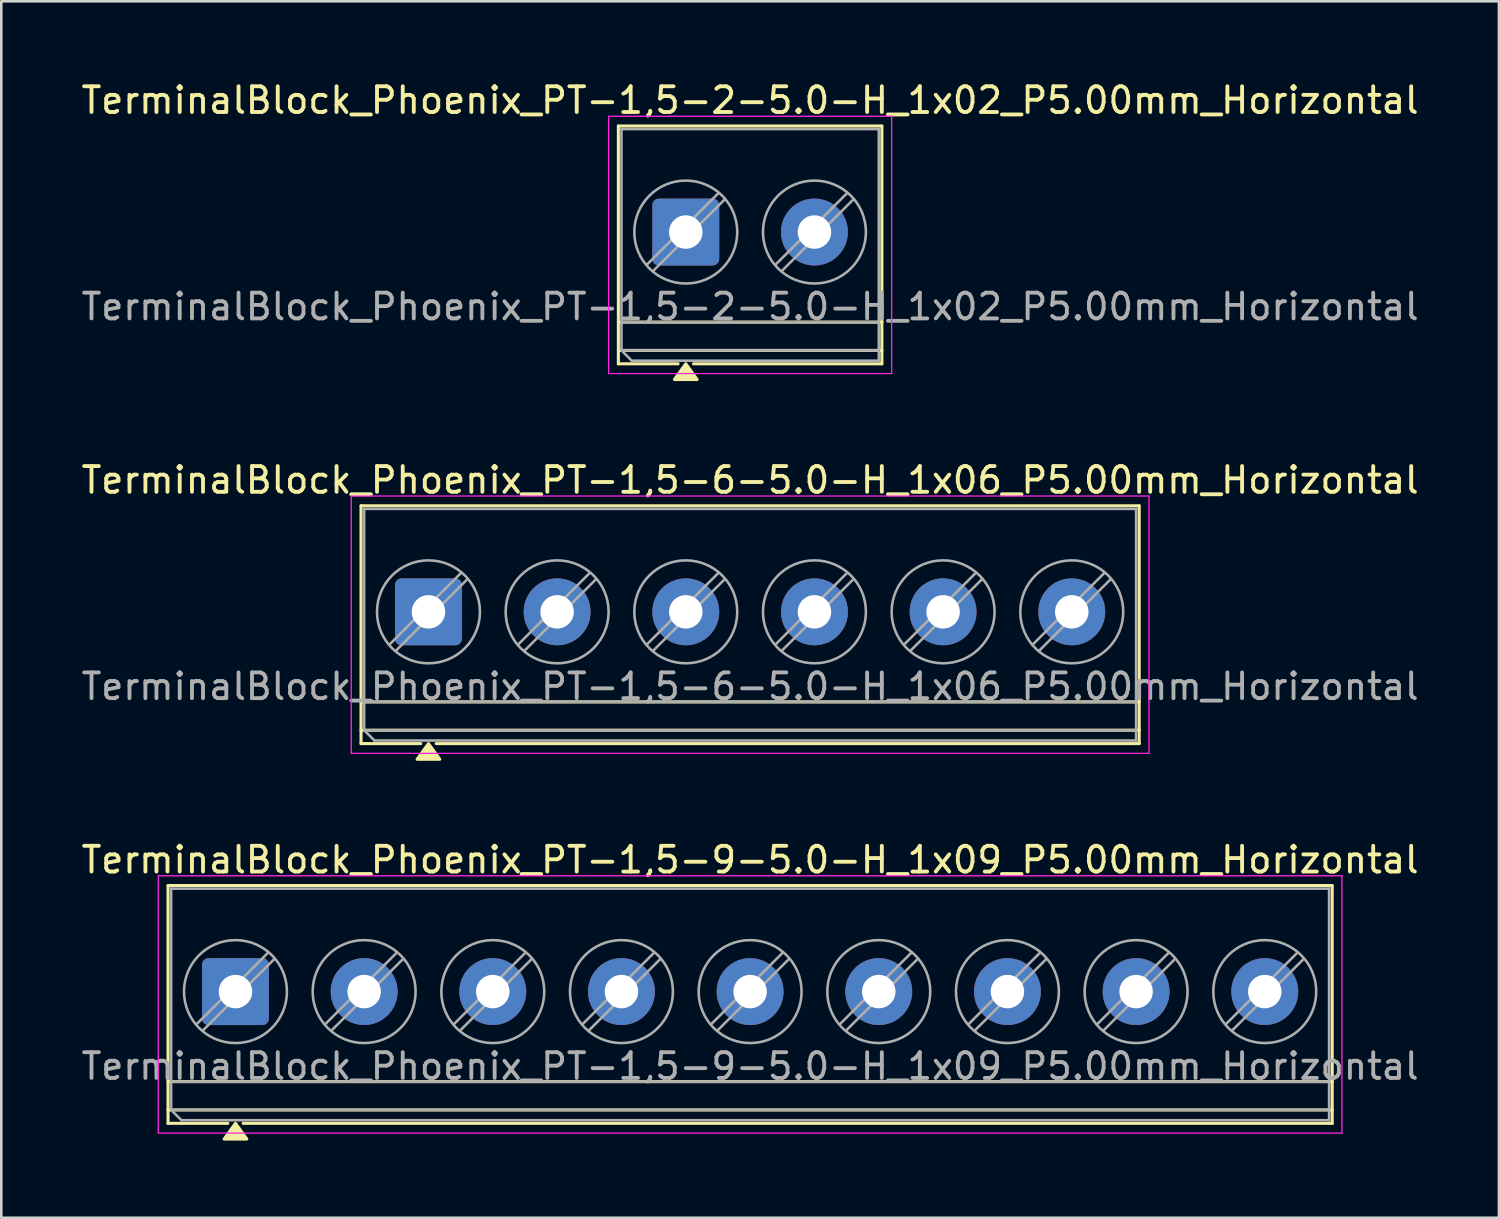
<source format=kicad_pcb>
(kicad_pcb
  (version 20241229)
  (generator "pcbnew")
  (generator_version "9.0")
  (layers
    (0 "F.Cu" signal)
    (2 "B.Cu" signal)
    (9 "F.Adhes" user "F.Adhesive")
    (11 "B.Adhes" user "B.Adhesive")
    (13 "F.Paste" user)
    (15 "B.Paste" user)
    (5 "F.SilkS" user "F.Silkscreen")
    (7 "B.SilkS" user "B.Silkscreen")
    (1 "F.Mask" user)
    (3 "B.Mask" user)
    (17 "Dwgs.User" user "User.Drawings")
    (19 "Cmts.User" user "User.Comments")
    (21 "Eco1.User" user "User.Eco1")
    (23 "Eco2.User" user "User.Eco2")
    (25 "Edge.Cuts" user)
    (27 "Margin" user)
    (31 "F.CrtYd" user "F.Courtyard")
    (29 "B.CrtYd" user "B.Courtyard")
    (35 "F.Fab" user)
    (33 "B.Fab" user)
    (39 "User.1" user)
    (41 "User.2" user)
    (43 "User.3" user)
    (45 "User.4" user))
  (footprint "TerminalBlock_Phoenix_PT-1,5-6-5.0-H_1x06_P5.00mm_Horizontal"
    (layer "F.Cu")
    (at 13.601 20.727)
    (property "Reference" "TerminalBlock_Phoenix_PT-1,5-6-5.0-H_1x06_P5.00mm_Horizontal" (at 12.5 -5.12 0) (layer "F.SilkS") (effects (font (size 1 1) (thickness 0.15))))
    (attr through_hole)
    (fp_line (start -2.62 -4.12) (end -2.62 5.12) (stroke (width 0.12) (type solid)) (layer "F.SilkS"))
    (fp_line (start -2.62 -4.12) (end 27.62 -4.12) (stroke (width 0.12) (type solid)) (layer "F.SilkS"))
    (fp_line (start -2.62 3.5) (end 27.62 3.5) (stroke (width 0.12) (type solid)) (layer "F.SilkS"))
    (fp_line (start -2.62 4.6) (end 27.62 4.6) (stroke (width 0.12) (type solid)) (layer "F.SilkS"))
    (fp_line (start -2.62 5.12) (end -0.3 5.12) (stroke (width 0.12) (type solid)) (layer "F.SilkS"))
    (fp_line (start 0.3 5.12) (end 27.62 5.12) (stroke (width 0.12) (type solid)) (layer "F.SilkS"))
    (fp_line (start 27.62 -4.12) (end 27.62 5.12) (stroke (width 0.12) (type solid)) (layer "F.SilkS"))
    (fp_poly (pts (xy 0 5.12) (xy 0.44 5.73) (xy -0.44 5.73)) (stroke (width 0.12) (type solid)) (fill yes) (layer "F.SilkS"))
    (fp_line (start -3 -4.5) (end -3 5.5) (stroke (width 0.05) (type solid)) (layer "F.CrtYd"))
    (fp_line (start -3 5.5) (end 28 5.5) (stroke (width 0.05) (type solid)) (layer "F.CrtYd"))
    (fp_line (start 28 -4.5) (end -3 -4.5) (stroke (width 0.05) (type solid)) (layer "F.CrtYd"))
    (fp_line (start 28 5.5) (end 28 -4.5) (stroke (width 0.05) (type solid)) (layer "F.CrtYd"))
    (fp_line (start -2.5 -4) (end 27.5 -4) (stroke (width 0.1) (type solid)) (layer "F.Fab"))
    (fp_line (start -2.5 3.5) (end 27.5 3.5) (stroke (width 0.1) (type solid)) (layer "F.Fab"))
    (fp_line (start -2.5 4.6) (end -2.5 -4) (stroke (width 0.1) (type solid)) (layer "F.Fab"))
    (fp_line (start -2.5 4.6) (end 27.5 4.6) (stroke (width 0.1) (type solid)) (layer "F.Fab"))
    (fp_line (start -2.1 5) (end -2.5 4.6) (stroke (width 0.1) (type solid)) (layer "F.Fab"))
    (fp_line (start 1.273 -1.517) (end -1.517 1.272) (stroke (width 0.1) (type solid)) (layer "F.Fab"))
    (fp_line (start 1.517 -1.273) (end -1.273 1.517) (stroke (width 0.1) (type solid)) (layer "F.Fab"))
    (fp_line (start 6.273 -1.517) (end 3.483 1.272) (stroke (width 0.1) (type solid)) (layer "F.Fab"))
    (fp_line (start 6.517 -1.273) (end 3.727 1.517) (stroke (width 0.1) (type solid)) (layer "F.Fab"))
    (fp_line (start 11.273 -1.517) (end 8.483 1.272) (stroke (width 0.1) (type solid)) (layer "F.Fab"))
    (fp_line (start 11.517 -1.273) (end 8.727 1.517) (stroke (width 0.1) (type solid)) (layer "F.Fab"))
    (fp_line (start 16.273 -1.517) (end 13.483 1.272) (stroke (width 0.1) (type solid)) (layer "F.Fab"))
    (fp_line (start 16.517 -1.273) (end 13.727 1.517) (stroke (width 0.1) (type solid)) (layer "F.Fab"))
    (fp_line (start 21.273 -1.517) (end 18.483 1.272) (stroke (width 0.1) (type solid)) (layer "F.Fab"))
    (fp_line (start 21.517 -1.273) (end 18.727 1.517) (stroke (width 0.1) (type solid)) (layer "F.Fab"))
    (fp_line (start 26.273 -1.517) (end 23.483 1.272) (stroke (width 0.1) (type solid)) (layer "F.Fab"))
    (fp_line (start 26.517 -1.273) (end 23.727 1.517) (stroke (width 0.1) (type solid)) (layer "F.Fab"))
    (fp_line (start 27.5 -4) (end 27.5 5) (stroke (width 0.1) (type solid)) (layer "F.Fab"))
    (fp_line (start 27.5 5) (end -2.1 5) (stroke (width 0.1) (type solid)) (layer "F.Fab"))
    (fp_circle (center 0 0) (end 2 0) (stroke (width 0.1) (type solid)) (fill no) (layer "F.Fab"))
    (fp_circle (center 5 0) (end 7 0) (stroke (width 0.1) (type solid)) (fill no) (layer "F.Fab"))
    (fp_circle (center 10 0) (end 12 0) (stroke (width 0.1) (type solid)) (fill no) (layer "F.Fab"))
    (fp_circle (center 15 0) (end 17 0) (stroke (width 0.1) (type solid)) (fill no) (layer "F.Fab"))
    (fp_circle (center 20 0) (end 22 0) (stroke (width 0.1) (type solid)) (fill no) (layer "F.Fab"))
    (fp_circle (center 25 0) (end 27 0) (stroke (width 0.1) (type solid)) (fill no) (layer "F.Fab"))
    (fp_text user "${REFERENCE}" (at 12.5 2.9 0) (layer "F.Fab") (effects (font (size 1 1) (thickness 0.15))))
    (pad "1" thru_hole roundrect (at 0 0) (size 2.6 2.6) (drill 1.3) (layers "*.Cu" "*.Mask") (roundrect_rratio 0.096))
    (pad "2" thru_hole circle (at 5 0) (size 2.6 2.6) (drill 1.3) (layers "*.Cu" "*.Mask"))
    (pad "3" thru_hole circle (at 10 0) (size 2.6 2.6) (drill 1.3) (layers "*.Cu" "*.Mask"))
    (pad "4" thru_hole circle (at 15 0) (size 2.6 2.6) (drill 1.3) (layers "*.Cu" "*.Mask"))
    (pad "5" thru_hole circle (at 20 0) (size 2.6 2.6) (drill 1.3) (layers "*.Cu" "*.Mask"))
    (pad "6" thru_hole circle (at 25 0) (size 2.6 2.6) (drill 1.3) (layers "*.Cu" "*.Mask")))
  (footprint "TerminalBlock_Phoenix_PT-1,5-9-5.0-H_1x09_P5.00mm_Horizontal"
    (layer "F.Cu")
    (at 6.101 35.485)
    (property "Reference" "TerminalBlock_Phoenix_PT-1,5-9-5.0-H_1x09_P5.00mm_Horizontal" (at 20 -5.12 0) (layer "F.SilkS") (effects (font (size 1 1) (thickness 0.15))))
    (attr through_hole)
    (fp_line (start -2.62 -4.12) (end -2.62 5.12) (stroke (width 0.12) (type solid)) (layer "F.SilkS"))
    (fp_line (start -2.62 -4.12) (end 42.62 -4.12) (stroke (width 0.12) (type solid)) (layer "F.SilkS"))
    (fp_line (start -2.62 3.5) (end 42.62 3.5) (stroke (width 0.12) (type solid)) (layer "F.SilkS"))
    (fp_line (start -2.62 4.6) (end 42.62 4.6) (stroke (width 0.12) (type solid)) (layer "F.SilkS"))
    (fp_line (start -2.62 5.12) (end -0.3 5.12) (stroke (width 0.12) (type solid)) (layer "F.SilkS"))
    (fp_line (start 0.3 5.12) (end 42.62 5.12) (stroke (width 0.12) (type solid)) (layer "F.SilkS"))
    (fp_line (start 42.62 -4.12) (end 42.62 5.12) (stroke (width 0.12) (type solid)) (layer "F.SilkS"))
    (fp_poly (pts (xy 0 5.12) (xy 0.44 5.73) (xy -0.44 5.73)) (stroke (width 0.12) (type solid)) (fill yes) (layer "F.SilkS"))
    (fp_line (start -3 -4.5) (end -3 5.5) (stroke (width 0.05) (type solid)) (layer "F.CrtYd"))
    (fp_line (start -3 5.5) (end 43 5.5) (stroke (width 0.05) (type solid)) (layer "F.CrtYd"))
    (fp_line (start 43 -4.5) (end -3 -4.5) (stroke (width 0.05) (type solid)) (layer "F.CrtYd"))
    (fp_line (start 43 5.5) (end 43 -4.5) (stroke (width 0.05) (type solid)) (layer "F.CrtYd"))
    (fp_line (start -2.5 -4) (end 42.5 -4) (stroke (width 0.1) (type solid)) (layer "F.Fab"))
    (fp_line (start -2.5 3.5) (end 42.5 3.5) (stroke (width 0.1) (type solid)) (layer "F.Fab"))
    (fp_line (start -2.5 4.6) (end -2.5 -4) (stroke (width 0.1) (type solid)) (layer "F.Fab"))
    (fp_line (start -2.5 4.6) (end 42.5 4.6) (stroke (width 0.1) (type solid)) (layer "F.Fab"))
    (fp_line (start -2.1 5) (end -2.5 4.6) (stroke (width 0.1) (type solid)) (layer "F.Fab"))
    (fp_line (start 1.273 -1.517) (end -1.517 1.272) (stroke (width 0.1) (type solid)) (layer "F.Fab"))
    (fp_line (start 1.517 -1.273) (end -1.273 1.517) (stroke (width 0.1) (type solid)) (layer "F.Fab"))
    (fp_line (start 6.273 -1.517) (end 3.483 1.272) (stroke (width 0.1) (type solid)) (layer "F.Fab"))
    (fp_line (start 6.517 -1.273) (end 3.727 1.517) (stroke (width 0.1) (type solid)) (layer "F.Fab"))
    (fp_line (start 11.273 -1.517) (end 8.483 1.272) (stroke (width 0.1) (type solid)) (layer "F.Fab"))
    (fp_line (start 11.517 -1.273) (end 8.727 1.517) (stroke (width 0.1) (type solid)) (layer "F.Fab"))
    (fp_line (start 16.273 -1.517) (end 13.483 1.272) (stroke (width 0.1) (type solid)) (layer "F.Fab"))
    (fp_line (start 16.517 -1.273) (end 13.727 1.517) (stroke (width 0.1) (type solid)) (layer "F.Fab"))
    (fp_line (start 21.273 -1.517) (end 18.483 1.272) (stroke (width 0.1) (type solid)) (layer "F.Fab"))
    (fp_line (start 21.517 -1.273) (end 18.727 1.517) (stroke (width 0.1) (type solid)) (layer "F.Fab"))
    (fp_line (start 26.273 -1.517) (end 23.483 1.272) (stroke (width 0.1) (type solid)) (layer "F.Fab"))
    (fp_line (start 26.517 -1.273) (end 23.727 1.517) (stroke (width 0.1) (type solid)) (layer "F.Fab"))
    (fp_line (start 31.273 -1.517) (end 28.483 1.272) (stroke (width 0.1) (type solid)) (layer "F.Fab"))
    (fp_line (start 31.517 -1.273) (end 28.727 1.517) (stroke (width 0.1) (type solid)) (layer "F.Fab"))
    (fp_line (start 36.273 -1.517) (end 33.483 1.272) (stroke (width 0.1) (type solid)) (layer "F.Fab"))
    (fp_line (start 36.517 -1.273) (end 33.727 1.517) (stroke (width 0.1) (type solid)) (layer "F.Fab"))
    (fp_line (start 41.273 -1.517) (end 38.483 1.272) (stroke (width 0.1) (type solid)) (layer "F.Fab"))
    (fp_line (start 41.517 -1.273) (end 38.727 1.517) (stroke (width 0.1) (type solid)) (layer "F.Fab"))
    (fp_line (start 42.5 -4) (end 42.5 5) (stroke (width 0.1) (type solid)) (layer "F.Fab"))
    (fp_line (start 42.5 5) (end -2.1 5) (stroke (width 0.1) (type solid)) (layer "F.Fab"))
    (fp_circle (center 0 0) (end 2 0) (stroke (width 0.1) (type solid)) (fill no) (layer "F.Fab"))
    (fp_circle (center 5 0) (end 7 0) (stroke (width 0.1) (type solid)) (fill no) (layer "F.Fab"))
    (fp_circle (center 10 0) (end 12 0) (stroke (width 0.1) (type solid)) (fill no) (layer "F.Fab"))
    (fp_circle (center 15 0) (end 17 0) (stroke (width 0.1) (type solid)) (fill no) (layer "F.Fab"))
    (fp_circle (center 20 0) (end 22 0) (stroke (width 0.1) (type solid)) (fill no) (layer "F.Fab"))
    (fp_circle (center 25 0) (end 27 0) (stroke (width 0.1) (type solid)) (fill no) (layer "F.Fab"))
    (fp_circle (center 30 0) (end 32 0) (stroke (width 0.1) (type solid)) (fill no) (layer "F.Fab"))
    (fp_circle (center 35 0) (end 37 0) (stroke (width 0.1) (type solid)) (fill no) (layer "F.Fab"))
    (fp_circle (center 40 0) (end 42 0) (stroke (width 0.1) (type solid)) (fill no) (layer "F.Fab"))
    (fp_text user "${REFERENCE}" (at 20 2.9 0) (layer "F.Fab") (effects (font (size 1 1) (thickness 0.15))))
    (pad "1" thru_hole roundrect (at 0 0) (size 2.6 2.6) (drill 1.3) (layers "*.Cu" "*.Mask") (roundrect_rratio 0.096))
    (pad "2" thru_hole circle (at 5 0) (size 2.6 2.6) (drill 1.3) (layers "*.Cu" "*.Mask"))
    (pad "3" thru_hole circle (at 10 0) (size 2.6 2.6) (drill 1.3) (layers "*.Cu" "*.Mask"))
    (pad "4" thru_hole circle (at 15 0) (size 2.6 2.6) (drill 1.3) (layers "*.Cu" "*.Mask"))
    (pad "5" thru_hole circle (at 20 0) (size 2.6 2.6) (drill 1.3) (layers "*.Cu" "*.Mask"))
    (pad "6" thru_hole circle (at 25 0) (size 2.6 2.6) (drill 1.3) (layers "*.Cu" "*.Mask"))
    (pad "7" thru_hole circle (at 30 0) (size 2.6 2.6) (drill 1.3) (layers "*.Cu" "*.Mask"))
    (pad "8" thru_hole circle (at 35 0) (size 2.6 2.6) (drill 1.3) (layers "*.Cu" "*.Mask"))
    (pad "9" thru_hole circle (at 40 0) (size 2.6 2.6) (drill 1.3) (layers "*.Cu" "*.Mask")))
  (footprint "TerminalBlock_Phoenix_PT-1,5-2-5.0-H_1x02_P5.00mm_Horizontal"
    (layer "F.Cu")
    (at 23.601 5.968)
    (property "Reference" "TerminalBlock_Phoenix_PT-1,5-2-5.0-H_1x02_P5.00mm_Horizontal" (at 2.5 -5.12 0) (layer "F.SilkS") (effects (font (size 1 1) (thickness 0.15))))
    (attr through_hole)
    (fp_line (start -2.62 -4.12) (end -2.62 5.12) (stroke (width 0.12) (type solid)) (layer "F.SilkS"))
    (fp_line (start -2.62 -4.12) (end 7.62 -4.12) (stroke (width 0.12) (type solid)) (layer "F.SilkS"))
    (fp_line (start -2.62 3.5) (end 7.62 3.5) (stroke (width 0.12) (type solid)) (layer "F.SilkS"))
    (fp_line (start -2.62 4.6) (end 7.62 4.6) (stroke (width 0.12) (type solid)) (layer "F.SilkS"))
    (fp_line (start -2.62 5.12) (end -0.3 5.12) (stroke (width 0.12) (type solid)) (layer "F.SilkS"))
    (fp_line (start 0.3 5.12) (end 7.62 5.12) (stroke (width 0.12) (type solid)) (layer "F.SilkS"))
    (fp_line (start 7.62 -4.12) (end 7.62 5.12) (stroke (width 0.12) (type solid)) (layer "F.SilkS"))
    (fp_poly (pts (xy 0 5.12) (xy 0.44 5.73) (xy -0.44 5.73)) (stroke (width 0.12) (type solid)) (fill yes) (layer "F.SilkS"))
    (fp_line (start -3 -4.5) (end -3 5.5) (stroke (width 0.05) (type solid)) (layer "F.CrtYd"))
    (fp_line (start -3 5.5) (end 8 5.5) (stroke (width 0.05) (type solid)) (layer "F.CrtYd"))
    (fp_line (start 8 -4.5) (end -3 -4.5) (stroke (width 0.05) (type solid)) (layer "F.CrtYd"))
    (fp_line (start 8 5.5) (end 8 -4.5) (stroke (width 0.05) (type solid)) (layer "F.CrtYd"))
    (fp_line (start -2.5 -4) (end 7.5 -4) (stroke (width 0.1) (type solid)) (layer "F.Fab"))
    (fp_line (start -2.5 3.5) (end 7.5 3.5) (stroke (width 0.1) (type solid)) (layer "F.Fab"))
    (fp_line (start -2.5 4.6) (end -2.5 -4) (stroke (width 0.1) (type solid)) (layer "F.Fab"))
    (fp_line (start -2.5 4.6) (end 7.5 4.6) (stroke (width 0.1) (type solid)) (layer "F.Fab"))
    (fp_line (start -2.1 5) (end -2.5 4.6) (stroke (width 0.1) (type solid)) (layer "F.Fab"))
    (fp_line (start 1.273 -1.517) (end -1.517 1.272) (stroke (width 0.1) (type solid)) (layer "F.Fab"))
    (fp_line (start 1.517 -1.273) (end -1.273 1.517) (stroke (width 0.1) (type solid)) (layer "F.Fab"))
    (fp_line (start 6.273 -1.517) (end 3.483 1.272) (stroke (width 0.1) (type solid)) (layer "F.Fab"))
    (fp_line (start 6.517 -1.273) (end 3.727 1.517) (stroke (width 0.1) (type solid)) (layer "F.Fab"))
    (fp_line (start 7.5 -4) (end 7.5 5) (stroke (width 0.1) (type solid)) (layer "F.Fab"))
    (fp_line (start 7.5 5) (end -2.1 5) (stroke (width 0.1) (type solid)) (layer "F.Fab"))
    (fp_circle (center 0 0) (end 2 0) (stroke (width 0.1) (type solid)) (fill no) (layer "F.Fab"))
    (fp_circle (center 5 0) (end 7 0) (stroke (width 0.1) (type solid)) (fill no) (layer "F.Fab"))
    (fp_text user "${REFERENCE}" (at 2.5 2.9 0) (layer "F.Fab") (effects (font (size 1 1) (thickness 0.15))))
    (pad "1" thru_hole roundrect (at 0 0) (size 2.6 2.6) (drill 1.3) (layers "*.Cu" "*.Mask") (roundrect_rratio 0.096))
    (pad "2" thru_hole circle (at 5 0) (size 2.6 2.6) (drill 1.3) (layers "*.Cu" "*.Mask")))
  (gr_rect
    (start -3 -3)
    (end 55.202 44.275)
    (stroke (width 0.1) (type default))
    (fill no)
    (layer "Edge.Cuts")))
</source>
